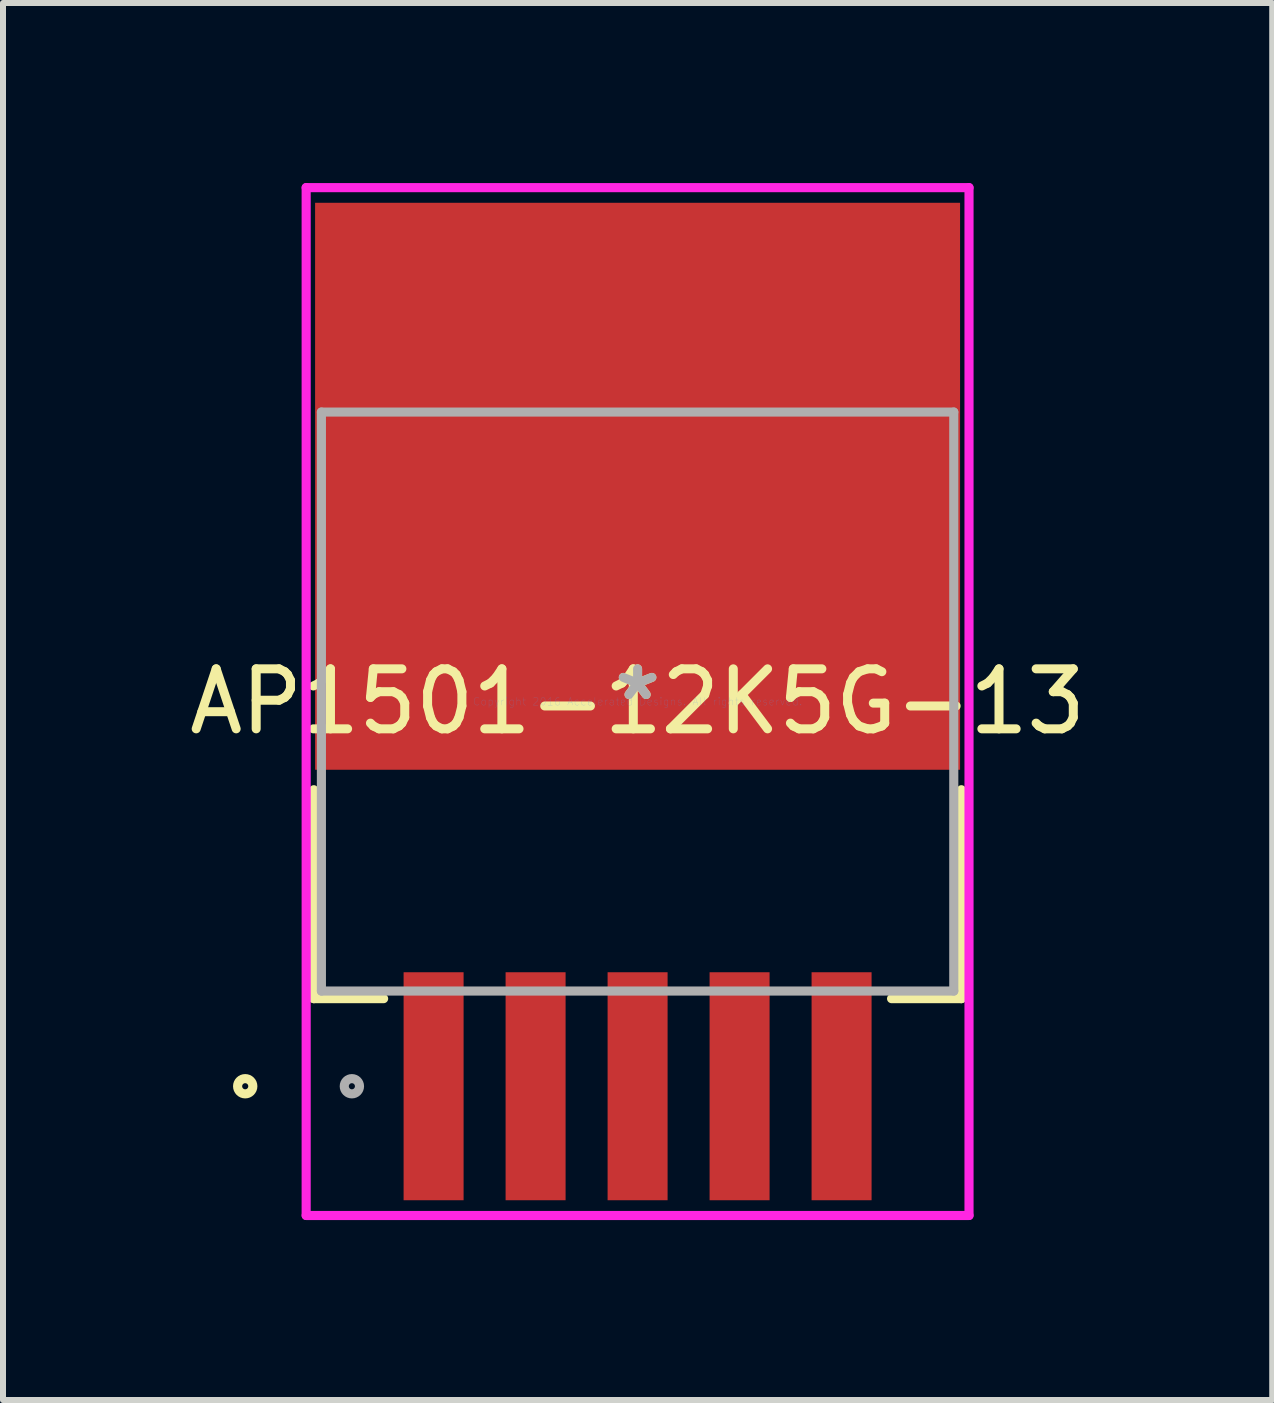
<source format=kicad_pcb>
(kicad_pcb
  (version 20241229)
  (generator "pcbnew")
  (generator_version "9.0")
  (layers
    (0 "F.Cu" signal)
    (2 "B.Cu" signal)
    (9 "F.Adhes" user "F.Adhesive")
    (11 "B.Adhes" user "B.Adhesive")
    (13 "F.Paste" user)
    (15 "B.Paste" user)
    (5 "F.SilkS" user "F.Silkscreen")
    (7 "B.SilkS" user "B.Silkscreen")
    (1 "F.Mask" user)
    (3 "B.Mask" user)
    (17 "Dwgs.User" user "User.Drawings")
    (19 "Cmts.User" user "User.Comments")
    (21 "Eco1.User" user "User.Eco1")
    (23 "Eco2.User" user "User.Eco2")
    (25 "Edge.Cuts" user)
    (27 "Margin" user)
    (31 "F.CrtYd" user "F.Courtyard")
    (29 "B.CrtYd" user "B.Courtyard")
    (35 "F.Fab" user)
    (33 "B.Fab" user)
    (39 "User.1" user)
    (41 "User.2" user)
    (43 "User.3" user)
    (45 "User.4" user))
  (footprint "AP1501-12K5G-13"
    (layer "F.Cu")
    (at 7.577 8.643)
    (property "Reference" "AP1501-12K5G-13" (at 0 0 0) (layer "F.SilkS") (effects (font (size 1 1) (thickness 0.15))))
    (attr through_hole)
    (fp_line (start -5.397 1.47) (end -5.397 4.952) (stroke (width 0.152) (type solid)) (layer "F.SilkS"))
    (fp_line (start -5.397 4.952) (end -4.233 4.952) (stroke (width 0.152) (type solid)) (layer "F.SilkS"))
    (fp_line (start 4.233 4.952) (end 5.397 4.952) (stroke (width 0.152) (type solid)) (layer "F.SilkS"))
    (fp_line (start 5.397 4.952) (end 5.397 1.47) (stroke (width 0.152) (type solid)) (layer "F.SilkS"))
    (fp_circle (center -6.54 6.412) (end -6.413 6.412) (stroke (width 0.152) (type solid)) (fill no) (layer "F.SilkS"))
    (fp_line (start -5.524 -8.566) (end 5.524 -8.566) (stroke (width 0.152) (type solid)) (layer "F.CrtYd"))
    (fp_line (start -5.524 8.566) (end -5.524 -8.566) (stroke (width 0.152) (type solid)) (layer "F.CrtYd"))
    (fp_line (start 5.524 -8.566) (end 5.524 8.566) (stroke (width 0.152) (type solid)) (layer "F.CrtYd"))
    (fp_line (start 5.524 8.566) (end -5.524 8.566) (stroke (width 0.152) (type solid)) (layer "F.CrtYd"))
    (fp_line (start -5.27 -4.825) (end -5.27 4.825) (stroke (width 0.152) (type solid)) (layer "F.Fab"))
    (fp_line (start -5.27 4.825) (end 5.27 4.825) (stroke (width 0.152) (type solid)) (layer "F.Fab"))
    (fp_line (start 5.27 -4.825) (end -5.27 -4.825) (stroke (width 0.152) (type solid)) (layer "F.Fab"))
    (fp_line (start 5.27 4.825) (end 5.27 -4.825) (stroke (width 0.152) (type solid)) (layer "F.Fab"))
    (fp_circle (center -4.762 6.412) (end -4.635 6.412) (stroke (width 0.152) (type solid)) (fill no) (layer "F.Fab"))
    (fp_text user "*" (at 0 0 0) (layer "F.SilkS") (effects (font (size 1 1) (thickness 0.15))))
    (fp_text user "Copyright 2016 Accelerated Designs. All rights reserved." (at 0 0 0) (layer "Cmts.User") (effects (font (size 0.127 0.127) (thickness 0.002))))
    (fp_text user "*" (at 0 0 0) (layer "F.Fab") (effects (font (size 1 1) (thickness 0.15))))
    (pad "1" smd rect (at -3.4 6.412) (size 1 3.8) (layers "F.Cu" "F.Mask" "F.Paste"))
    (pad "2" smd rect (at -1.7 6.412) (size 1 3.8) (layers "F.Cu" "F.Mask" "F.Paste"))
    (pad "3" smd rect (at 0 6.412) (size 1 3.8) (layers "F.Cu" "F.Mask" "F.Paste"))
    (pad "4" smd rect (at 1.7 6.412) (size 1 3.8) (layers "F.Cu" "F.Mask" "F.Paste"))
    (pad "5" smd rect (at 3.4 6.412) (size 1 3.8) (layers "F.Cu" "F.Mask" "F.Paste"))
    (pad "6" smd rect (at 0 -3.588) (size 10.75 9.45) (layers "F.Cu" "F.Mask" "F.Paste")))
  (gr_rect
    (start -3 -3)
    (end 18.155 20.285)
    (stroke (width 0.1) (type default))
    (fill no)
    (layer "Edge.Cuts")))
</source>
